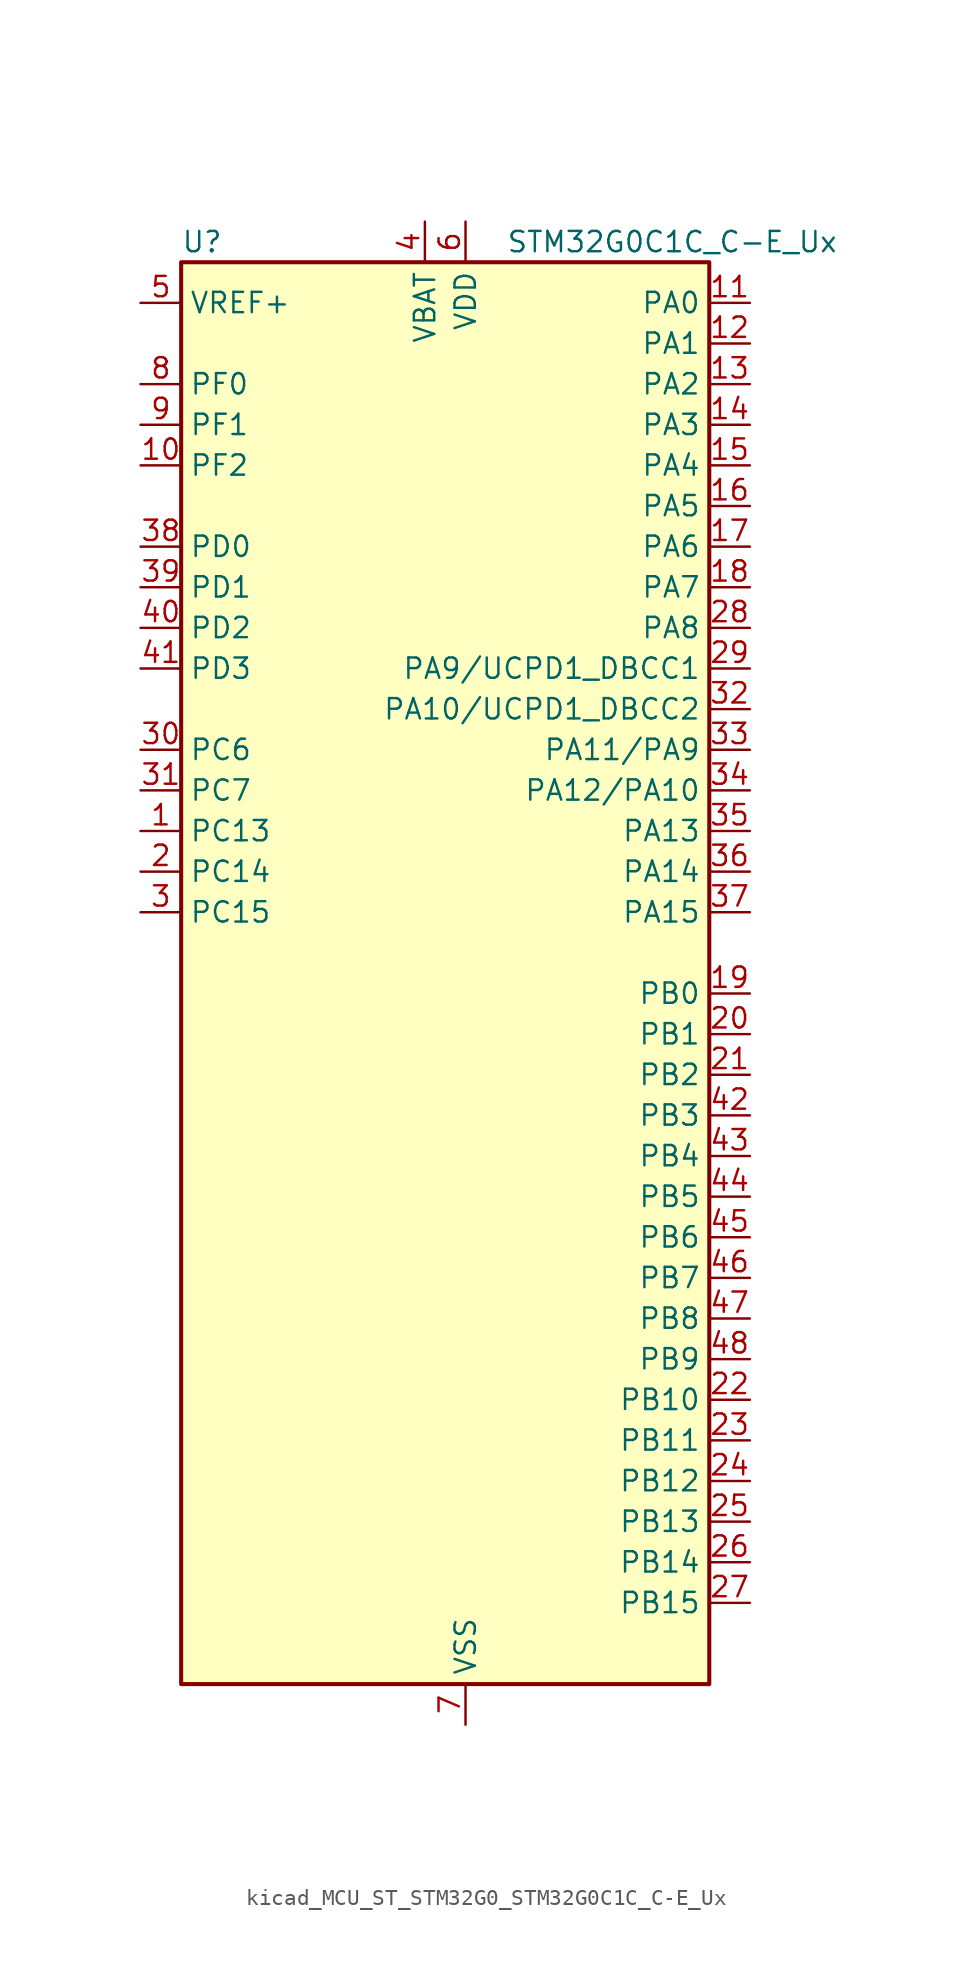
<source format=kicad_sym>
(kicad_symbol_lib
  (version 20220914)
  (generator kicad_symbol_editor)
  (symbol "kicad_MCU_ST_STM32G0_STM32G0C1C_C-E_Ux"
    (property "Reference" "U"
      (at -15.24 46.99 0)
      (effects (font (size 1.27 1.27)) (justify left)))
    (property "Value" "STM32G0C1C_C-E_Ux"
      (at 5.08 46.99 0)
      (effects (font (size 1.27 1.27)) (justify left)))
    (property "ki_locked" ""
      (at 0 0 0)
      (effects (font (size 1.27 1.27))))
    (symbol "kicad_MCU_ST_STM32G0_STM32G0C1C_C-E_Ux_0_1"
      (rectangle (start -15.24 -43.18) (end 17.78 45.72) (stroke (width 0.254) (type default)) (fill (type background))))
    (symbol "kicad_MCU_ST_STM32G0_STM32G0C1C_C-E_Ux_1_1"
      (pin bidirectional line (at -17.78 10.16 0) (length 2.54) (name "PC13" (effects (font (size 1.27 1.27)))) (number "1" (effects (font (size 1.27 1.27)))) (alternate "RTC_OUT1" bidirectional line) (alternate "RTC_TAMP_IN1" bidirectional line) (alternate "RTC_TS" bidirectional line) (alternate "SYS_WKUP2" bidirectional line) (alternate "TIM1_BK" bidirectional line))
      (pin bidirectional line (at -17.78 33.02 0) (length 2.54) (name "PF2" (effects (font (size 1.27 1.27)))) (number "10" (effects (font (size 1.27 1.27)))) (alternate "LPUART2_DE" bidirectional line) (alternate "LPUART2_RTS" bidirectional line) (alternate "LPUART2_TX" bidirectional line) (alternate "RCC_MCO" bidirectional line))
      (pin bidirectional line (at 20.32 43.18 180) (length 2.54) (name "PA0" (effects (font (size 1.27 1.27)))) (number "11" (effects (font (size 1.27 1.27)))) (alternate "ADC1_IN0" bidirectional line) (alternate "COMP1_INM" bidirectional line) (alternate "COMP1_OUT" bidirectional line) (alternate "I2S2_CK" bidirectional line) (alternate "LPTIM1_OUT" bidirectional line) (alternate "RTC_TAMP_IN2" bidirectional line) (alternate "SPI2_SCK" bidirectional line) (alternate "SYS_WKUP1" bidirectional line) (alternate "TIM2_CH1" bidirectional line) (alternate "TIM2_ETR" bidirectional line) (alternate "UCPD2_FRSTX1" bidirectional line) (alternate "UCPD2_FRSTX2" bidirectional line) (alternate "USART2_CTS" bidirectional line) (alternate "USART2_NSS" bidirectional line) (alternate "USART4_TX" bidirectional line))
      (pin bidirectional line (at 20.32 40.64 180) (length 2.54) (name "PA1" (effects (font (size 1.27 1.27)))) (number "12" (effects (font (size 1.27 1.27)))) (alternate "ADC1_IN1" bidirectional line) (alternate "COMP1_INP" bidirectional line) (alternate "I2C1_SMBA" bidirectional line) (alternate "I2S1_CK" bidirectional line) (alternate "SPI1_SCK" bidirectional line) (alternate "TIM15_CH1N" bidirectional line) (alternate "TIM2_CH2" bidirectional line) (alternate "USART2_CK" bidirectional line) (alternate "USART2_DE" bidirectional line) (alternate "USART2_RTS" bidirectional line) (alternate "USART4_RX" bidirectional line))
      (pin bidirectional line (at 20.32 38.1 180) (length 2.54) (name "PA2" (effects (font (size 1.27 1.27)))) (number "13" (effects (font (size 1.27 1.27)))) (alternate "ADC1_IN2" bidirectional line) (alternate "COMP2_INM" bidirectional line) (alternate "COMP2_OUT" bidirectional line) (alternate "I2S1_SD" bidirectional line) (alternate "LPUART1_TX" bidirectional line) (alternate "RCC_LSCO" bidirectional line) (alternate "SPI1_MOSI" bidirectional line) (alternate "SYS_WKUP4" bidirectional line) (alternate "TIM15_CH1" bidirectional line) (alternate "TIM2_CH3" bidirectional line) (alternate "UCPD1_FRSTX1" bidirectional line) (alternate "UCPD1_FRSTX2" bidirectional line) (alternate "USART2_TX" bidirectional line))
      (pin bidirectional line (at 20.32 35.56 180) (length 2.54) (name "PA3" (effects (font (size 1.27 1.27)))) (number "14" (effects (font (size 1.27 1.27)))) (alternate "ADC1_IN3" bidirectional line) (alternate "COMP2_INP" bidirectional line) (alternate "I2S2_MCK" bidirectional line) (alternate "LPUART1_RX" bidirectional line) (alternate "SPI2_MISO" bidirectional line) (alternate "TIM15_CH2" bidirectional line) (alternate "TIM2_CH4" bidirectional line) (alternate "UCPD2_FRSTX1" bidirectional line) (alternate "UCPD2_FRSTX2" bidirectional line) (alternate "USART2_RX" bidirectional line))
      (pin bidirectional line (at 20.32 33.02 180) (length 2.54) (name "PA4" (effects (font (size 1.27 1.27)))) (number "15" (effects (font (size 1.27 1.27)))) (alternate "ADC1_IN4" bidirectional line) (alternate "DAC1_OUT1" bidirectional line) (alternate "I2S1_WS" bidirectional line) (alternate "I2S2_SD" bidirectional line) (alternate "LPTIM2_OUT" bidirectional line) (alternate "RTC_OUT2" bidirectional line) (alternate "SPI1_NSS" bidirectional line) (alternate "SPI2_MOSI" bidirectional line) (alternate "SPI3_NSS" bidirectional line) (alternate "TIM14_CH1" bidirectional line) (alternate "UCPD2_FRSTX1" bidirectional line) (alternate "UCPD2_FRSTX2" bidirectional line) (alternate "USART6_TX" bidirectional line) (alternate "USB_NOE" bidirectional line))
      (pin bidirectional line (at 20.32 30.48 180) (length 2.54) (name "PA5" (effects (font (size 1.27 1.27)))) (number "16" (effects (font (size 1.27 1.27)))) (alternate "ADC1_IN5" bidirectional line) (alternate "CEC" bidirectional line) (alternate "DAC1_OUT2" bidirectional line) (alternate "I2S1_CK" bidirectional line) (alternate "LPTIM2_ETR" bidirectional line) (alternate "SPI1_SCK" bidirectional line) (alternate "TIM2_CH1" bidirectional line) (alternate "TIM2_ETR" bidirectional line) (alternate "UCPD1_FRSTX1" bidirectional line) (alternate "UCPD1_FRSTX2" bidirectional line) (alternate "USART3_TX" bidirectional line) (alternate "USART6_RX" bidirectional line))
      (pin bidirectional line (at 20.32 27.94 180) (length 2.54) (name "PA6" (effects (font (size 1.27 1.27)))) (number "17" (effects (font (size 1.27 1.27)))) (alternate "ADC1_IN6" bidirectional line) (alternate "COMP1_OUT" bidirectional line) (alternate "I2C2_SDA" bidirectional line) (alternate "I2C3_SDA" bidirectional line) (alternate "I2S1_MCK" bidirectional line) (alternate "LPUART1_CTS" bidirectional line) (alternate "SPI1_MISO" bidirectional line) (alternate "TIM16_CH1" bidirectional line) (alternate "TIM1_BK" bidirectional line) (alternate "TIM3_CH1" bidirectional line) (alternate "USART3_CTS" bidirectional line) (alternate "USART3_NSS" bidirectional line) (alternate "USART6_CTS" bidirectional line) (alternate "USART6_NSS" bidirectional line))
      (pin bidirectional line (at 20.32 25.4 180) (length 2.54) (name "PA7" (effects (font (size 1.27 1.27)))) (number "18" (effects (font (size 1.27 1.27)))) (alternate "ADC1_IN7" bidirectional line) (alternate "COMP2_OUT" bidirectional line) (alternate "I2C2_SCL" bidirectional line) (alternate "I2C3_SCL" bidirectional line) (alternate "I2S1_SD" bidirectional line) (alternate "SPI1_MOSI" bidirectional line) (alternate "TIM14_CH1" bidirectional line) (alternate "TIM17_CH1" bidirectional line) (alternate "TIM1_CH1N" bidirectional line) (alternate "TIM3_CH2" bidirectional line) (alternate "UCPD1_FRSTX1" bidirectional line) (alternate "UCPD1_FRSTX2" bidirectional line) (alternate "USART6_CK" bidirectional line) (alternate "USART6_DE" bidirectional line) (alternate "USART6_RTS" bidirectional line))
      (pin bidirectional line (at 20.32 0 180) (length 2.54) (name "PB0" (effects (font (size 1.27 1.27)))) (number "19" (effects (font (size 1.27 1.27)))) (alternate "ADC1_IN8" bidirectional line) (alternate "COMP1_OUT" bidirectional line) (alternate "COMP3_INP" bidirectional line) (alternate "FDCAN2_RX" bidirectional line) (alternate "I2S1_WS" bidirectional line) (alternate "LPTIM1_OUT" bidirectional line) (alternate "LPUART2_CTS" bidirectional line) (alternate "SPI1_NSS" bidirectional line) (alternate "TIM1_CH2N" bidirectional line) (alternate "TIM3_CH3" bidirectional line) (alternate "UCPD1_FRSTX1" bidirectional line) (alternate "UCPD1_FRSTX2" bidirectional line) (alternate "USART3_RX" bidirectional line) (alternate "USART5_TX" bidirectional line))
      (pin bidirectional line (at -17.78 7.62 0) (length 2.54) (name "PC14" (effects (font (size 1.27 1.27)))) (number "2" (effects (font (size 1.27 1.27)))) (alternate "RCC_OSC32_IN" bidirectional line) (alternate "TIM1_BK2" bidirectional line))
      (pin bidirectional line (at 20.32 -2.54 180) (length 2.54) (name "PB1" (effects (font (size 1.27 1.27)))) (number "20" (effects (font (size 1.27 1.27)))) (alternate "ADC1_IN9" bidirectional line) (alternate "COMP1_INM" bidirectional line) (alternate "COMP3_OUT" bidirectional line) (alternate "FDCAN2_TX" bidirectional line) (alternate "LPTIM2_IN1" bidirectional line) (alternate "LPUART1_DE" bidirectional line) (alternate "LPUART1_RTS" bidirectional line) (alternate "LPUART2_DE" bidirectional line) (alternate "LPUART2_RTS" bidirectional line) (alternate "TIM14_CH1" bidirectional line) (alternate "TIM1_CH3N" bidirectional line) (alternate "TIM3_CH4" bidirectional line) (alternate "USART3_CK" bidirectional line) (alternate "USART3_DE" bidirectional line) (alternate "USART3_RTS" bidirectional line) (alternate "USART5_RX" bidirectional line))
      (pin bidirectional line (at 20.32 -5.08 180) (length 2.54) (name "PB2" (effects (font (size 1.27 1.27)))) (number "21" (effects (font (size 1.27 1.27)))) (alternate "ADC1_IN10" bidirectional line) (alternate "COMP1_INP" bidirectional line) (alternate "COMP3_INM" bidirectional line) (alternate "I2S2_MCK" bidirectional line) (alternate "LPTIM1_OUT" bidirectional line) (alternate "RCC_MCO_2" bidirectional line) (alternate "SPI2_MISO" bidirectional line) (alternate "USART3_TX" bidirectional line))
      (pin bidirectional line (at 20.32 -25.4 180) (length 2.54) (name "PB10" (effects (font (size 1.27 1.27)))) (number "22" (effects (font (size 1.27 1.27)))) (alternate "ADC1_IN11" bidirectional line) (alternate "CEC" bidirectional line) (alternate "COMP1_OUT" bidirectional line) (alternate "I2C2_SCL" bidirectional line) (alternate "I2S2_CK" bidirectional line) (alternate "LPUART1_RX" bidirectional line) (alternate "SPI2_SCK" bidirectional line) (alternate "TIM2_CH3" bidirectional line) (alternate "USART3_TX" bidirectional line))
      (pin bidirectional line (at 20.32 -27.94 180) (length 2.54) (name "PB11" (effects (font (size 1.27 1.27)))) (number "23" (effects (font (size 1.27 1.27)))) (alternate "ADC1_EXTI11" bidirectional line) (alternate "ADC1_IN15" bidirectional line) (alternate "COMP2_OUT" bidirectional line) (alternate "I2C2_SDA" bidirectional line) (alternate "I2S2_SD" bidirectional line) (alternate "LPUART1_TX" bidirectional line) (alternate "SPI2_MOSI" bidirectional line) (alternate "TIM2_CH4" bidirectional line) (alternate "USART3_RX" bidirectional line))
      (pin bidirectional line (at 20.32 -30.48 180) (length 2.54) (name "PB12" (effects (font (size 1.27 1.27)))) (number "24" (effects (font (size 1.27 1.27)))) (alternate "ADC1_IN16" bidirectional line) (alternate "FDCAN2_RX" bidirectional line) (alternate "I2C2_SMBA" bidirectional line) (alternate "I2S2_WS" bidirectional line) (alternate "LPUART1_DE" bidirectional line) (alternate "LPUART1_RTS" bidirectional line) (alternate "SPI2_NSS" bidirectional line) (alternate "TIM15_BK" bidirectional line) (alternate "TIM1_BK" bidirectional line) (alternate "UCPD2_FRSTX1" bidirectional line) (alternate "UCPD2_FRSTX2" bidirectional line))
      (pin bidirectional line (at 20.32 -33.02 180) (length 2.54) (name "PB13" (effects (font (size 1.27 1.27)))) (number "25" (effects (font (size 1.27 1.27)))) (alternate "FDCAN2_TX" bidirectional line) (alternate "I2C2_SCL" bidirectional line) (alternate "I2S2_CK" bidirectional line) (alternate "LPUART1_CTS" bidirectional line) (alternate "SPI2_SCK" bidirectional line) (alternate "TIM15_CH1N" bidirectional line) (alternate "TIM1_CH1N" bidirectional line) (alternate "USART3_CTS" bidirectional line) (alternate "USART3_NSS" bidirectional line))
      (pin bidirectional line (at 20.32 -35.56 180) (length 2.54) (name "PB14" (effects (font (size 1.27 1.27)))) (number "26" (effects (font (size 1.27 1.27)))) (alternate "I2C2_SDA" bidirectional line) (alternate "I2S2_MCK" bidirectional line) (alternate "SPI2_MISO" bidirectional line) (alternate "TIM15_CH1" bidirectional line) (alternate "TIM1_CH2N" bidirectional line) (alternate "UCPD1_FRSTX1" bidirectional line) (alternate "UCPD1_FRSTX2" bidirectional line) (alternate "USART3_CK" bidirectional line) (alternate "USART3_DE" bidirectional line) (alternate "USART3_RTS" bidirectional line) (alternate "USART6_CK" bidirectional line) (alternate "USART6_DE" bidirectional line) (alternate "USART6_RTS" bidirectional line))
      (pin bidirectional line (at 20.32 -38.1 180) (length 2.54) (name "PB15" (effects (font (size 1.27 1.27)))) (number "27" (effects (font (size 1.27 1.27)))) (alternate "I2S2_SD" bidirectional line) (alternate "RTC_REFIN" bidirectional line) (alternate "SPI2_MOSI" bidirectional line) (alternate "TIM15_CH1N" bidirectional line) (alternate "TIM15_CH2" bidirectional line) (alternate "TIM1_CH3N" bidirectional line) (alternate "UCPD1_CC2" bidirectional line) (alternate "USART6_CTS" bidirectional line) (alternate "USART6_NSS" bidirectional line))
      (pin bidirectional line (at 20.32 22.86 180) (length 2.54) (name "PA8" (effects (font (size 1.27 1.27)))) (number "28" (effects (font (size 1.27 1.27)))) (alternate "CRS1_SYNC" bidirectional line) (alternate "I2C2_SMBA" bidirectional line) (alternate "I2S2_WS" bidirectional line) (alternate "LPTIM2_OUT" bidirectional line) (alternate "RCC_MCO" bidirectional line) (alternate "SPI2_NSS" bidirectional line) (alternate "TIM1_CH1" bidirectional line) (alternate "UCPD1_CC1" bidirectional line))
      (pin bidirectional line (at 20.32 20.32 180) (length 2.54) (name "PA9/UCPD1_DBCC1" (effects (font (size 1.27 1.27)))) (number "29" (effects (font (size 1.27 1.27)))) (alternate "DAC1_EXTI9" bidirectional line) (alternate "I2C1_SCL" bidirectional line) (alternate "I2C2_SCL" bidirectional line) (alternate "I2S2_MCK" bidirectional line) (alternate "RCC_MCO" bidirectional line) (alternate "SPI2_MISO" bidirectional line) (alternate "TIM15_BK" bidirectional line) (alternate "TIM1_CH2" bidirectional line) (alternate "UCPD1_DBCC1" bidirectional line) (alternate "USART1_TX" bidirectional line))
      (pin bidirectional line (at -17.78 5.08 0) (length 2.54) (name "PC15" (effects (font (size 1.27 1.27)))) (number "3" (effects (font (size 1.27 1.27)))) (alternate "RCC_OSC32_EN" bidirectional line) (alternate "RCC_OSC32_OUT" bidirectional line) (alternate "RCC_OSC_EN" bidirectional line) (alternate "TIM15_BK" bidirectional line))
      (pin bidirectional line (at -17.78 15.24 0) (length 2.54) (name "PC6" (effects (font (size 1.27 1.27)))) (number "30" (effects (font (size 1.27 1.27)))) (alternate "LPUART2_TX" bidirectional line) (alternate "TIM2_CH3" bidirectional line) (alternate "TIM3_CH1" bidirectional line) (alternate "UCPD1_FRSTX1" bidirectional line) (alternate "UCPD1_FRSTX2" bidirectional line))
      (pin bidirectional line (at -17.78 12.7 0) (length 2.54) (name "PC7" (effects (font (size 1.27 1.27)))) (number "31" (effects (font (size 1.27 1.27)))) (alternate "LPUART2_RX" bidirectional line) (alternate "TIM2_CH4" bidirectional line) (alternate "TIM3_CH2" bidirectional line) (alternate "UCPD2_FRSTX1" bidirectional line) (alternate "UCPD2_FRSTX2" bidirectional line))
      (pin bidirectional line (at 20.32 17.78 180) (length 2.54) (name "PA10/UCPD1_DBCC2" (effects (font (size 1.27 1.27)))) (number "32" (effects (font (size 1.27 1.27)))) (alternate "I2C1_SDA" bidirectional line) (alternate "I2C2_SDA" bidirectional line) (alternate "I2S2_SD" bidirectional line) (alternate "RCC_MCO_2" bidirectional line) (alternate "SPI2_MOSI" bidirectional line) (alternate "TIM17_BK" bidirectional line) (alternate "TIM1_CH3" bidirectional line) (alternate "UCPD1_DBCC2" bidirectional line) (alternate "USART1_RX" bidirectional line))
      (pin bidirectional line (at 20.32 15.24 180) (length 2.54) (name "PA11/PA9" (effects (font (size 1.27 1.27)))) (number "33" (effects (font (size 1.27 1.27)))) (alternate "ADC1_EXTI11" bidirectional line) (alternate "COMP1_OUT" bidirectional line) (alternate "FDCAN1_RX" bidirectional line) (alternate "I2C2_SCL" bidirectional line) (alternate "I2S1_MCK" bidirectional line) (alternate "SPI1_MISO" bidirectional line) (alternate "TIM1_BK2" bidirectional line) (alternate "TIM1_CH4" bidirectional line) (alternate "USART1_CTS" bidirectional line) (alternate "USART1_NSS" bidirectional line) (alternate "USB_DM" bidirectional line))
      (pin bidirectional line (at 20.32 12.7 180) (length 2.54) (name "PA12/PA10" (effects (font (size 1.27 1.27)))) (number "34" (effects (font (size 1.27 1.27)))) (alternate "COMP2_OUT" bidirectional line) (alternate "FDCAN1_TX" bidirectional line) (alternate "I2C2_SDA" bidirectional line) (alternate "I2S1_SD" bidirectional line) (alternate "I2S_CKIN" bidirectional line) (alternate "SPI1_MOSI" bidirectional line) (alternate "TIM1_ETR" bidirectional line) (alternate "USART1_CK" bidirectional line) (alternate "USART1_DE" bidirectional line) (alternate "USART1_RTS" bidirectional line) (alternate "USB_DP" bidirectional line))
      (pin bidirectional line (at 20.32 10.16 180) (length 2.54) (name "PA13" (effects (font (size 1.27 1.27)))) (number "35" (effects (font (size 1.27 1.27)))) (alternate "IR_OUT" bidirectional line) (alternate "LPUART2_RX" bidirectional line) (alternate "SYS_SWDIO" bidirectional line) (alternate "USB_NOE" bidirectional line))
      (pin bidirectional line (at 20.32 7.62 180) (length 2.54) (name "PA14" (effects (font (size 1.27 1.27)))) (number "36" (effects (font (size 1.27 1.27)))) (alternate "LPUART2_TX" bidirectional line) (alternate "SYS_SWCLK" bidirectional line) (alternate "USART2_TX" bidirectional line))
      (pin bidirectional line (at 20.32 5.08 180) (length 2.54) (name "PA15" (effects (font (size 1.27 1.27)))) (number "37" (effects (font (size 1.27 1.27)))) (alternate "I2C2_SMBA" bidirectional line) (alternate "I2S1_WS" bidirectional line) (alternate "RCC_MCO_2" bidirectional line) (alternate "SPI1_NSS" bidirectional line) (alternate "SPI3_NSS" bidirectional line) (alternate "TIM2_CH1" bidirectional line) (alternate "TIM2_ETR" bidirectional line) (alternate "USART2_RX" bidirectional line) (alternate "USART3_CK" bidirectional line) (alternate "USART3_DE" bidirectional line) (alternate "USART3_RTS" bidirectional line) (alternate "USART4_CK" bidirectional line) (alternate "USART4_DE" bidirectional line) (alternate "USART4_RTS" bidirectional line) (alternate "USB_NOE" bidirectional line))
      (pin bidirectional line (at -17.78 27.94 0) (length 2.54) (name "PD0" (effects (font (size 1.27 1.27)))) (number "38" (effects (font (size 1.27 1.27)))) (alternate "FDCAN1_RX" bidirectional line) (alternate "I2S2_WS" bidirectional line) (alternate "SPI2_NSS" bidirectional line) (alternate "TIM16_CH1" bidirectional line) (alternate "UCPD2_CC1" bidirectional line))
      (pin bidirectional line (at -17.78 25.4 0) (length 2.54) (name "PD1" (effects (font (size 1.27 1.27)))) (number "39" (effects (font (size 1.27 1.27)))) (alternate "FDCAN1_TX" bidirectional line) (alternate "I2S2_CK" bidirectional line) (alternate "SPI2_SCK" bidirectional line) (alternate "TIM17_CH1" bidirectional line) (alternate "UCPD2_DBCC1" bidirectional line))
      (pin power_in line (at 0 48.26 270) (length 2.54) (name "VBAT" (effects (font (size 1.27 1.27)))) (number "4" (effects (font (size 1.27 1.27)))))
      (pin bidirectional line (at -17.78 22.86 0) (length 2.54) (name "PD2" (effects (font (size 1.27 1.27)))) (number "40" (effects (font (size 1.27 1.27)))) (alternate "TIM1_CH1N" bidirectional line) (alternate "TIM3_ETR" bidirectional line) (alternate "UCPD2_CC2" bidirectional line) (alternate "USART3_CK" bidirectional line) (alternate "USART3_DE" bidirectional line) (alternate "USART3_RTS" bidirectional line) (alternate "USART5_RX" bidirectional line))
      (pin bidirectional line (at -17.78 20.32 0) (length 2.54) (name "PD3" (effects (font (size 1.27 1.27)))) (number "41" (effects (font (size 1.27 1.27)))) (alternate "I2S2_MCK" bidirectional line) (alternate "SPI2_MISO" bidirectional line) (alternate "TIM1_CH2N" bidirectional line) (alternate "UCPD2_DBCC2" bidirectional line) (alternate "USART2_CTS" bidirectional line) (alternate "USART2_NSS" bidirectional line) (alternate "USART5_TX" bidirectional line))
      (pin bidirectional line (at 20.32 -7.62 180) (length 2.54) (name "PB3" (effects (font (size 1.27 1.27)))) (number "42" (effects (font (size 1.27 1.27)))) (alternate "COMP2_INM" bidirectional line) (alternate "I2C2_SCL" bidirectional line) (alternate "I2C3_SCL" bidirectional line) (alternate "I2S1_CK" bidirectional line) (alternate "SPI1_SCK" bidirectional line) (alternate "SPI3_SCK" bidirectional line) (alternate "TIM1_CH2" bidirectional line) (alternate "TIM2_CH2" bidirectional line) (alternate "USART1_CK" bidirectional line) (alternate "USART1_DE" bidirectional line) (alternate "USART1_RTS" bidirectional line) (alternate "USART5_TX" bidirectional line))
      (pin bidirectional line (at 20.32 -10.16 180) (length 2.54) (name "PB4" (effects (font (size 1.27 1.27)))) (number "43" (effects (font (size 1.27 1.27)))) (alternate "COMP2_INP" bidirectional line) (alternate "I2C2_SDA" bidirectional line) (alternate "I2C3_SDA" bidirectional line) (alternate "I2S1_MCK" bidirectional line) (alternate "SPI1_MISO" bidirectional line) (alternate "SPI3_MISO" bidirectional line) (alternate "TIM17_BK" bidirectional line) (alternate "TIM3_CH1" bidirectional line) (alternate "USART1_CTS" bidirectional line) (alternate "USART1_NSS" bidirectional line) (alternate "USART5_RX" bidirectional line))
      (pin bidirectional line (at 20.32 -12.7 180) (length 2.54) (name "PB5" (effects (font (size 1.27 1.27)))) (number "44" (effects (font (size 1.27 1.27)))) (alternate "COMP2_OUT" bidirectional line) (alternate "FDCAN2_RX" bidirectional line) (alternate "I2C1_SMBA" bidirectional line) (alternate "I2S1_SD" bidirectional line) (alternate "LPTIM1_IN1" bidirectional line) (alternate "SPI1_MOSI" bidirectional line) (alternate "SPI3_MOSI" bidirectional line) (alternate "SYS_WKUP6" bidirectional line) (alternate "TIM16_BK" bidirectional line) (alternate "TIM3_CH2" bidirectional line) (alternate "USART5_CK" bidirectional line) (alternate "USART5_DE" bidirectional line) (alternate "USART5_RTS" bidirectional line))
      (pin bidirectional line (at 20.32 -15.24 180) (length 2.54) (name "PB6" (effects (font (size 1.27 1.27)))) (number "45" (effects (font (size 1.27 1.27)))) (alternate "COMP2_INP" bidirectional line) (alternate "FDCAN2_TX" bidirectional line) (alternate "I2C1_SCL" bidirectional line) (alternate "I2S2_MCK" bidirectional line) (alternate "LPTIM1_ETR" bidirectional line) (alternate "LPUART2_TX" bidirectional line) (alternate "SPI2_MISO" bidirectional line) (alternate "TIM16_CH1N" bidirectional line) (alternate "TIM1_CH3" bidirectional line) (alternate "TIM4_CH1" bidirectional line) (alternate "USART1_TX" bidirectional line) (alternate "USART5_CTS" bidirectional line) (alternate "USART5_NSS" bidirectional line))
      (pin bidirectional line (at 20.32 -17.78 180) (length 2.54) (name "PB7" (effects (font (size 1.27 1.27)))) (number "46" (effects (font (size 1.27 1.27)))) (alternate "COMP2_INM" bidirectional line) (alternate "I2C1_SDA" bidirectional line) (alternate "I2S2_SD" bidirectional line) (alternate "LPTIM1_IN2" bidirectional line) (alternate "LPUART2_RX" bidirectional line) (alternate "SPI2_MOSI" bidirectional line) (alternate "SYS_PVD_IN" bidirectional line) (alternate "TIM17_CH1N" bidirectional line) (alternate "TIM4_CH2" bidirectional line) (alternate "USART1_RX" bidirectional line) (alternate "USART4_CTS" bidirectional line) (alternate "USART4_NSS" bidirectional line))
      (pin bidirectional line (at 20.32 -20.32 180) (length 2.54) (name "PB8" (effects (font (size 1.27 1.27)))) (number "47" (effects (font (size 1.27 1.27)))) (alternate "CEC" bidirectional line) (alternate "FDCAN1_RX" bidirectional line) (alternate "I2C1_SCL" bidirectional line) (alternate "I2S2_CK" bidirectional line) (alternate "SPI2_SCK" bidirectional line) (alternate "TIM15_BK" bidirectional line) (alternate "TIM16_CH1" bidirectional line) (alternate "TIM4_CH3" bidirectional line) (alternate "USART3_TX" bidirectional line) (alternate "USART6_TX" bidirectional line))
      (pin bidirectional line (at 20.32 -22.86 180) (length 2.54) (name "PB9" (effects (font (size 1.27 1.27)))) (number "48" (effects (font (size 1.27 1.27)))) (alternate "DAC1_EXTI9" bidirectional line) (alternate "FDCAN1_TX" bidirectional line) (alternate "I2C1_SDA" bidirectional line) (alternate "I2S2_WS" bidirectional line) (alternate "IR_OUT" bidirectional line) (alternate "SPI2_NSS" bidirectional line) (alternate "TIM17_CH1" bidirectional line) (alternate "TIM4_CH4" bidirectional line) (alternate "UCPD2_FRSTX1" bidirectional line) (alternate "UCPD2_FRSTX2" bidirectional line) (alternate "USART3_RX" bidirectional line) (alternate "USART6_RX" bidirectional line))
      (pin passive line (at 2.54 -45.72 90) (length 2.54) hide (name "VSS" (effects (font (size 1.27 1.27)))) (number "49" (effects (font (size 1.27 1.27)))))
      (pin input line (at -17.78 43.18 0) (length 2.54) (name "VREF+" (effects (font (size 1.27 1.27)))) (number "5" (effects (font (size 1.27 1.27)))) (alternate "VREFBUF_OUT" bidirectional line))
      (pin power_in line (at 2.54 48.26 270) (length 2.54) (name "VDD" (effects (font (size 1.27 1.27)))) (number "6" (effects (font (size 1.27 1.27)))))
      (pin power_in line (at 2.54 -45.72 90) (length 2.54) (name "VSS" (effects (font (size 1.27 1.27)))) (number "7" (effects (font (size 1.27 1.27)))))
      (pin bidirectional line (at -17.78 38.1 0) (length 2.54) (name "PF0" (effects (font (size 1.27 1.27)))) (number "8" (effects (font (size 1.27 1.27)))) (alternate "CRS1_SYNC" bidirectional line) (alternate "RCC_OSC_IN" bidirectional line) (alternate "TIM14_CH1" bidirectional line))
      (pin bidirectional line (at -17.78 35.56 0) (length 2.54) (name "PF1" (effects (font (size 1.27 1.27)))) (number "9" (effects (font (size 1.27 1.27)))) (alternate "RCC_OSC_EN" bidirectional line) (alternate "RCC_OSC_OUT" bidirectional line) (alternate "TIM15_CH1N" bidirectional line)))))
</source>
